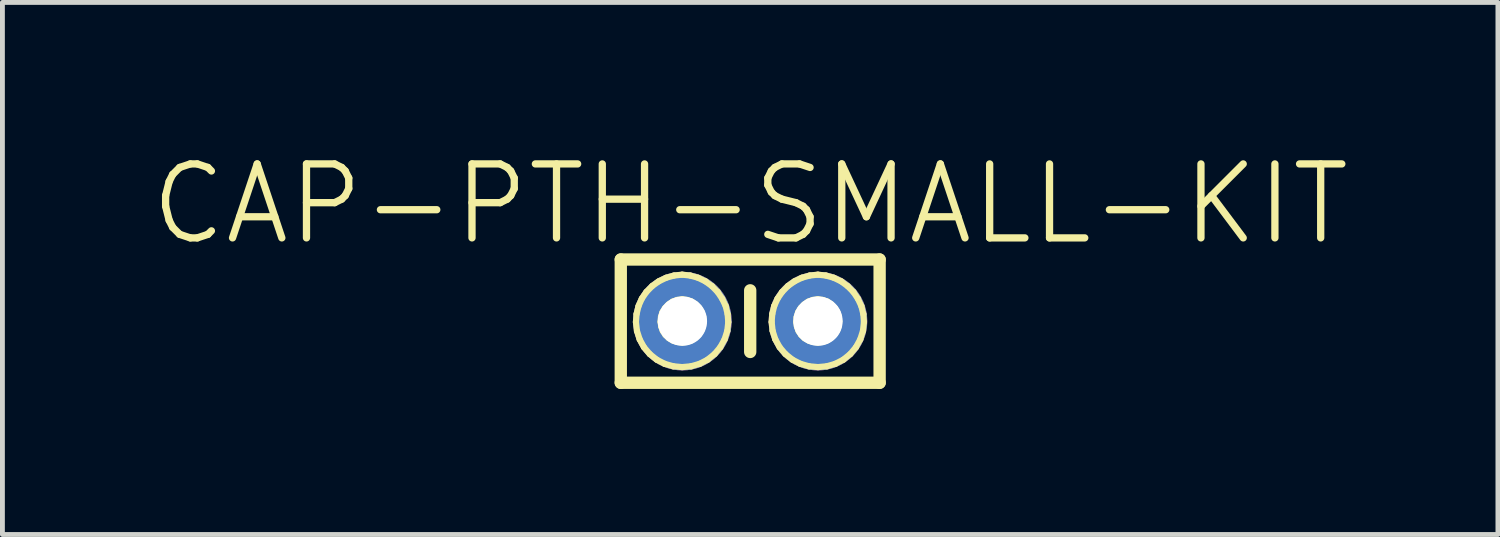
<source format=kicad_pcb>
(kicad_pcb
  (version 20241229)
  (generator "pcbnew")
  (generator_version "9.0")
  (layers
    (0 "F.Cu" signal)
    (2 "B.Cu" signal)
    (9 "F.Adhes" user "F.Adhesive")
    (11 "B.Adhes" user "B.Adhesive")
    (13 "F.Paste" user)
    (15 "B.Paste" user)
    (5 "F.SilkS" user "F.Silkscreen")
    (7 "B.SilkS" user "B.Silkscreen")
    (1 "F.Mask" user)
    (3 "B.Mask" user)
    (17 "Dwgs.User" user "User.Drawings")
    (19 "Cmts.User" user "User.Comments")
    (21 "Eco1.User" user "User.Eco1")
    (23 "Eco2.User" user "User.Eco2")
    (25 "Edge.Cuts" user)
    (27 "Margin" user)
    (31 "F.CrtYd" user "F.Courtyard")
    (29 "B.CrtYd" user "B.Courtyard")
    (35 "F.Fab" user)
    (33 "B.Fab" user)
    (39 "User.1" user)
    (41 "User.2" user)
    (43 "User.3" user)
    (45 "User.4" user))
  (footprint "CAP-PTH-SMALL-KIT"
    (layer "F.Cu")
    (at 12.41 3.568)
    (property "Reference" "CAP-PTH-SMALL-KIT" (at 0 -2.413 0) (layer "F.SilkS") (effects (font (size 1.524 1.524) (thickness 0.15))))
    (attr exclude_from_pos_files exclude_from_bom)
    (fp_line (start -2.667 -1.27) (end 2.667 -1.27) (stroke (width 0.254) (type solid)) (layer "F.SilkS"))
    (fp_line (start -2.667 1.27) (end -2.667 -1.27) (stroke (width 0.254) (type solid)) (layer "F.SilkS"))
    (fp_line (start -2.355 0.018) (end -2.342 -0.147) (stroke (width 0.127) (type solid)) (layer "F.SilkS"))
    (fp_line (start -2.342 -0.147) (end -2.301 -0.312) (stroke (width 0.127) (type solid)) (layer "F.SilkS"))
    (fp_line (start -2.334 0.201) (end -2.355 0.018) (stroke (width 0.127) (type solid)) (layer "F.SilkS"))
    (fp_line (start -2.301 -0.312) (end -2.233 -0.465) (stroke (width 0.127) (type solid)) (layer "F.SilkS"))
    (fp_line (start -2.278 0.376) (end -2.334 0.201) (stroke (width 0.127) (type solid)) (layer "F.SilkS"))
    (fp_line (start -2.233 -0.465) (end -2.139 -0.602) (stroke (width 0.127) (type solid)) (layer "F.SilkS"))
    (fp_line (start -2.189 0.538) (end -2.278 0.376) (stroke (width 0.127) (type solid)) (layer "F.SilkS"))
    (fp_line (start -2.139 -0.602) (end -2.019 -0.724) (stroke (width 0.127) (type solid)) (layer "F.SilkS"))
    (fp_line (start -2.07 0.678) (end -2.189 0.538) (stroke (width 0.127) (type solid)) (layer "F.SilkS"))
    (fp_line (start -2.019 -0.724) (end -1.885 -0.82) (stroke (width 0.127) (type solid)) (layer "F.SilkS"))
    (fp_line (start -1.925 0.795) (end -2.07 0.678) (stroke (width 0.127) (type solid)) (layer "F.SilkS"))
    (fp_line (start -1.885 -0.82) (end -1.732 -0.894) (stroke (width 0.127) (type solid)) (layer "F.SilkS"))
    (fp_line (start -1.847 0.015) (end -1.839 -0.086) (stroke (width 0.127) (type solid)) (layer "F.SilkS"))
    (fp_line (start -1.839 -0.086) (end -1.808 -0.183) (stroke (width 0.127) (type solid)) (layer "F.SilkS"))
    (fp_line (start -1.834 0.109) (end -1.847 0.015) (stroke (width 0.127) (type solid)) (layer "F.SilkS"))
    (fp_line (start -1.808 -0.183) (end -1.755 -0.269) (stroke (width 0.127) (type solid)) (layer "F.SilkS"))
    (fp_line (start -1.801 0.201) (end -1.834 0.109) (stroke (width 0.127) (type solid)) (layer "F.SilkS"))
    (fp_line (start -1.763 0.879) (end -1.925 0.795) (stroke (width 0.127) (type solid)) (layer "F.SilkS"))
    (fp_line (start -1.755 -0.269) (end -1.684 -0.343) (stroke (width 0.127) (type solid)) (layer "F.SilkS"))
    (fp_line (start -1.748 0.282) (end -1.801 0.201) (stroke (width 0.127) (type solid)) (layer "F.SilkS"))
    (fp_line (start -1.732 -0.894) (end -1.57 -0.94) (stroke (width 0.127) (type solid)) (layer "F.SilkS"))
    (fp_line (start -1.684 -0.343) (end -1.6 -0.401) (stroke (width 0.127) (type solid)) (layer "F.SilkS"))
    (fp_line (start -1.676 0.351) (end -1.748 0.282) (stroke (width 0.127) (type solid)) (layer "F.SilkS"))
    (fp_line (start -1.6 -0.401) (end -1.504 -0.437) (stroke (width 0.127) (type solid)) (layer "F.SilkS"))
    (fp_line (start -1.593 0.399) (end -1.676 0.351) (stroke (width 0.127) (type solid)) (layer "F.SilkS"))
    (fp_line (start -1.585 0.93) (end -1.763 0.879) (stroke (width 0.127) (type solid)) (layer "F.SilkS"))
    (fp_line (start -1.57 -0.94) (end -1.402 -0.958) (stroke (width 0.127) (type solid)) (layer "F.SilkS"))
    (fp_line (start -1.504 -0.437) (end -1.402 -0.45) (stroke (width 0.127) (type solid)) (layer "F.SilkS"))
    (fp_line (start -1.501 0.429) (end -1.593 0.399) (stroke (width 0.127) (type solid)) (layer "F.SilkS"))
    (fp_line (start -1.402 -0.958) (end -1.237 -0.94) (stroke (width 0.127) (type solid)) (layer "F.SilkS"))
    (fp_line (start -1.402 -0.45) (end -1.303 -0.437) (stroke (width 0.127) (type solid)) (layer "F.SilkS"))
    (fp_line (start -1.402 0.439) (end -1.501 0.429) (stroke (width 0.127) (type solid)) (layer "F.SilkS"))
    (fp_line (start -1.402 0.947) (end -1.585 0.93) (stroke (width 0.127) (type solid)) (layer "F.SilkS"))
    (fp_line (start -1.306 0.429) (end -1.402 0.439) (stroke (width 0.127) (type solid)) (layer "F.SilkS"))
    (fp_line (start -1.303 -0.437) (end -1.209 -0.404) (stroke (width 0.127) (type solid)) (layer "F.SilkS"))
    (fp_line (start -1.237 -0.94) (end -1.074 -0.894) (stroke (width 0.127) (type solid)) (layer "F.SilkS"))
    (fp_line (start -1.217 0.93) (end -1.402 0.947) (stroke (width 0.127) (type solid)) (layer "F.SilkS"))
    (fp_line (start -1.212 0.396) (end -1.306 0.429) (stroke (width 0.127) (type solid)) (layer "F.SilkS"))
    (fp_line (start -1.209 -0.404) (end -1.125 -0.348) (stroke (width 0.127) (type solid)) (layer "F.SilkS"))
    (fp_line (start -1.13 0.345) (end -1.212 0.396) (stroke (width 0.127) (type solid)) (layer "F.SilkS"))
    (fp_line (start -1.125 -0.348) (end -1.054 -0.274) (stroke (width 0.127) (type solid)) (layer "F.SilkS"))
    (fp_line (start -1.074 -0.894) (end -0.922 -0.82) (stroke (width 0.127) (type solid)) (layer "F.SilkS"))
    (fp_line (start -1.059 0.277) (end -1.13 0.345) (stroke (width 0.127) (type solid)) (layer "F.SilkS"))
    (fp_line (start -1.054 -0.274) (end -1.003 -0.191) (stroke (width 0.127) (type solid)) (layer "F.SilkS"))
    (fp_line (start -1.041 0.879) (end -1.217 0.93) (stroke (width 0.127) (type solid)) (layer "F.SilkS"))
    (fp_line (start -1.006 0.193) (end -1.059 0.277) (stroke (width 0.127) (type solid)) (layer "F.SilkS"))
    (fp_line (start -1.003 -0.191) (end -0.97 -0.094) (stroke (width 0.127) (type solid)) (layer "F.SilkS"))
    (fp_line (start -0.973 0.102) (end -1.006 0.193) (stroke (width 0.127) (type solid)) (layer "F.SilkS"))
    (fp_line (start -0.97 -0.094) (end -0.963 0.005) (stroke (width 0.127) (type solid)) (layer "F.SilkS"))
    (fp_line (start -0.963 0.005) (end -0.973 0.102) (stroke (width 0.127) (type solid)) (layer "F.SilkS"))
    (fp_line (start -0.922 -0.82) (end -0.787 -0.721) (stroke (width 0.127) (type solid)) (layer "F.SilkS"))
    (fp_line (start -0.879 0.795) (end -1.041 0.879) (stroke (width 0.127) (type solid)) (layer "F.SilkS"))
    (fp_line (start -0.787 -0.721) (end -0.671 -0.602) (stroke (width 0.127) (type solid)) (layer "F.SilkS"))
    (fp_line (start -0.734 0.678) (end -0.879 0.795) (stroke (width 0.127) (type solid)) (layer "F.SilkS"))
    (fp_line (start -0.671 -0.602) (end -0.577 -0.462) (stroke (width 0.127) (type solid)) (layer "F.SilkS"))
    (fp_line (start -0.617 0.538) (end -0.734 0.678) (stroke (width 0.127) (type solid)) (layer "F.SilkS"))
    (fp_line (start -0.577 -0.462) (end -0.505 -0.31) (stroke (width 0.127) (type solid)) (layer "F.SilkS"))
    (fp_line (start -0.528 0.376) (end -0.617 0.538) (stroke (width 0.127) (type solid)) (layer "F.SilkS"))
    (fp_line (start -0.505 -0.31) (end -0.465 -0.145) (stroke (width 0.127) (type solid)) (layer "F.SilkS"))
    (fp_line (start -0.472 0.201) (end -0.528 0.376) (stroke (width 0.127) (type solid)) (layer "F.SilkS"))
    (fp_line (start -0.465 -0.145) (end -0.452 0.02) (stroke (width 0.127) (type solid)) (layer "F.SilkS"))
    (fp_line (start -0.452 0.02) (end -0.472 0.201) (stroke (width 0.127) (type solid)) (layer "F.SilkS"))
    (fp_line (start 0 -0.635) (end 0 0.635) (stroke (width 0.254) (type solid)) (layer "F.SilkS"))
    (fp_line (start 0.442 0.018) (end 0.455 -0.147) (stroke (width 0.127) (type solid)) (layer "F.SilkS"))
    (fp_line (start 0.455 -0.147) (end 0.495 -0.312) (stroke (width 0.127) (type solid)) (layer "F.SilkS"))
    (fp_line (start 0.462 0.201) (end 0.442 0.018) (stroke (width 0.127) (type solid)) (layer "F.SilkS"))
    (fp_line (start 0.495 -0.312) (end 0.564 -0.465) (stroke (width 0.127) (type solid)) (layer "F.SilkS"))
    (fp_line (start 0.518 0.376) (end 0.462 0.201) (stroke (width 0.127) (type solid)) (layer "F.SilkS"))
    (fp_line (start 0.564 -0.465) (end 0.658 -0.602) (stroke (width 0.127) (type solid)) (layer "F.SilkS"))
    (fp_line (start 0.607 0.538) (end 0.518 0.376) (stroke (width 0.127) (type solid)) (layer "F.SilkS"))
    (fp_line (start 0.658 -0.602) (end 0.777 -0.724) (stroke (width 0.127) (type solid)) (layer "F.SilkS"))
    (fp_line (start 0.726 0.678) (end 0.607 0.538) (stroke (width 0.127) (type solid)) (layer "F.SilkS"))
    (fp_line (start 0.777 -0.724) (end 0.912 -0.82) (stroke (width 0.127) (type solid)) (layer "F.SilkS"))
    (fp_line (start 0.871 0.795) (end 0.726 0.678) (stroke (width 0.127) (type solid)) (layer "F.SilkS"))
    (fp_line (start 0.912 -0.82) (end 1.064 -0.894) (stroke (width 0.127) (type solid)) (layer "F.SilkS"))
    (fp_line (start 0.95 0.015) (end 0.958 -0.086) (stroke (width 0.127) (type solid)) (layer "F.SilkS"))
    (fp_line (start 0.958 -0.086) (end 0.988 -0.183) (stroke (width 0.127) (type solid)) (layer "F.SilkS"))
    (fp_line (start 0.963 0.109) (end 0.95 0.015) (stroke (width 0.127) (type solid)) (layer "F.SilkS"))
    (fp_line (start 0.988 -0.183) (end 1.041 -0.269) (stroke (width 0.127) (type solid)) (layer "F.SilkS"))
    (fp_line (start 0.996 0.201) (end 0.963 0.109) (stroke (width 0.127) (type solid)) (layer "F.SilkS"))
    (fp_line (start 1.034 0.879) (end 0.871 0.795) (stroke (width 0.127) (type solid)) (layer "F.SilkS"))
    (fp_line (start 1.041 -0.269) (end 1.113 -0.343) (stroke (width 0.127) (type solid)) (layer "F.SilkS"))
    (fp_line (start 1.049 0.282) (end 0.996 0.201) (stroke (width 0.127) (type solid)) (layer "F.SilkS"))
    (fp_line (start 1.064 -0.894) (end 1.227 -0.94) (stroke (width 0.127) (type solid)) (layer "F.SilkS"))
    (fp_line (start 1.113 -0.343) (end 1.196 -0.401) (stroke (width 0.127) (type solid)) (layer "F.SilkS"))
    (fp_line (start 1.12 0.351) (end 1.049 0.282) (stroke (width 0.127) (type solid)) (layer "F.SilkS"))
    (fp_line (start 1.196 -0.401) (end 1.293 -0.437) (stroke (width 0.127) (type solid)) (layer "F.SilkS"))
    (fp_line (start 1.204 0.399) (end 1.12 0.351) (stroke (width 0.127) (type solid)) (layer "F.SilkS"))
    (fp_line (start 1.212 0.93) (end 1.034 0.879) (stroke (width 0.127) (type solid)) (layer "F.SilkS"))
    (fp_line (start 1.227 -0.94) (end 1.394 -0.958) (stroke (width 0.127) (type solid)) (layer "F.SilkS"))
    (fp_line (start 1.293 -0.437) (end 1.394 -0.45) (stroke (width 0.127) (type solid)) (layer "F.SilkS"))
    (fp_line (start 1.295 0.429) (end 1.204 0.399) (stroke (width 0.127) (type solid)) (layer "F.SilkS"))
    (fp_line (start 1.394 -0.958) (end 1.56 -0.94) (stroke (width 0.127) (type solid)) (layer "F.SilkS"))
    (fp_line (start 1.394 -0.45) (end 1.494 -0.437) (stroke (width 0.127) (type solid)) (layer "F.SilkS"))
    (fp_line (start 1.394 0.439) (end 1.295 0.429) (stroke (width 0.127) (type solid)) (layer "F.SilkS"))
    (fp_line (start 1.397 0.947) (end 1.212 0.93) (stroke (width 0.127) (type solid)) (layer "F.SilkS"))
    (fp_line (start 1.491 0.429) (end 1.394 0.439) (stroke (width 0.127) (type solid)) (layer "F.SilkS"))
    (fp_line (start 1.494 -0.437) (end 1.587 -0.404) (stroke (width 0.127) (type solid)) (layer "F.SilkS"))
    (fp_line (start 1.56 -0.94) (end 1.722 -0.894) (stroke (width 0.127) (type solid)) (layer "F.SilkS"))
    (fp_line (start 1.58 0.93) (end 1.397 0.947) (stroke (width 0.127) (type solid)) (layer "F.SilkS"))
    (fp_line (start 1.585 0.396) (end 1.491 0.429) (stroke (width 0.127) (type solid)) (layer "F.SilkS"))
    (fp_line (start 1.587 -0.404) (end 1.671 -0.348) (stroke (width 0.127) (type solid)) (layer "F.SilkS"))
    (fp_line (start 1.666 0.345) (end 1.585 0.396) (stroke (width 0.127) (type solid)) (layer "F.SilkS"))
    (fp_line (start 1.671 -0.348) (end 1.742 -0.274) (stroke (width 0.127) (type solid)) (layer "F.SilkS"))
    (fp_line (start 1.722 -0.894) (end 1.875 -0.82) (stroke (width 0.127) (type solid)) (layer "F.SilkS"))
    (fp_line (start 1.737 0.277) (end 1.666 0.345) (stroke (width 0.127) (type solid)) (layer "F.SilkS"))
    (fp_line (start 1.742 -0.274) (end 1.793 -0.191) (stroke (width 0.127) (type solid)) (layer "F.SilkS"))
    (fp_line (start 1.755 0.879) (end 1.58 0.93) (stroke (width 0.127) (type solid)) (layer "F.SilkS"))
    (fp_line (start 1.791 0.193) (end 1.737 0.277) (stroke (width 0.127) (type solid)) (layer "F.SilkS"))
    (fp_line (start 1.793 -0.191) (end 1.826 -0.094) (stroke (width 0.127) (type solid)) (layer "F.SilkS"))
    (fp_line (start 1.824 0.102) (end 1.791 0.193) (stroke (width 0.127) (type solid)) (layer "F.SilkS"))
    (fp_line (start 1.826 -0.094) (end 1.834 0.005) (stroke (width 0.127) (type solid)) (layer "F.SilkS"))
    (fp_line (start 1.834 0.005) (end 1.824 0.102) (stroke (width 0.127) (type solid)) (layer "F.SilkS"))
    (fp_line (start 1.875 -0.82) (end 2.009 -0.721) (stroke (width 0.127) (type solid)) (layer "F.SilkS"))
    (fp_line (start 1.918 0.795) (end 1.755 0.879) (stroke (width 0.127) (type solid)) (layer "F.SilkS"))
    (fp_line (start 2.009 -0.721) (end 2.126 -0.602) (stroke (width 0.127) (type solid)) (layer "F.SilkS"))
    (fp_line (start 2.062 0.678) (end 1.918 0.795) (stroke (width 0.127) (type solid)) (layer "F.SilkS"))
    (fp_line (start 2.126 -0.602) (end 2.22 -0.462) (stroke (width 0.127) (type solid)) (layer "F.SilkS"))
    (fp_line (start 2.179 0.538) (end 2.062 0.678) (stroke (width 0.127) (type solid)) (layer "F.SilkS"))
    (fp_line (start 2.22 -0.462) (end 2.291 -0.31) (stroke (width 0.127) (type solid)) (layer "F.SilkS"))
    (fp_line (start 2.268 0.376) (end 2.179 0.538) (stroke (width 0.127) (type solid)) (layer "F.SilkS"))
    (fp_line (start 2.291 -0.31) (end 2.332 -0.145) (stroke (width 0.127) (type solid)) (layer "F.SilkS"))
    (fp_line (start 2.324 0.201) (end 2.268 0.376) (stroke (width 0.127) (type solid)) (layer "F.SilkS"))
    (fp_line (start 2.332 -0.145) (end 2.344 0.02) (stroke (width 0.127) (type solid)) (layer "F.SilkS"))
    (fp_line (start 2.344 0.02) (end 2.324 0.201) (stroke (width 0.127) (type solid)) (layer "F.SilkS"))
    (fp_line (start 2.667 -1.27) (end 2.667 1.27) (stroke (width 0.254) (type solid)) (layer "F.SilkS"))
    (fp_line (start 2.667 1.27) (end -2.667 1.27) (stroke (width 0.254) (type solid)) (layer "F.SilkS"))
    (pad "1" thru_hole circle (at -1.397 0) (size 2.032 2.032) (drill 1.016) (layers "*.Cu" "*.Mask"))
    (pad "2" thru_hole circle (at 1.397 0) (size 2.032 2.032) (drill 1.016) (layers "*.Cu" "*.Mask")))
  (gr_rect
    (start -3 -3)
    (end 27.819 7.965)
    (stroke (width 0.1) (type default))
    (fill no)
    (layer "Edge.Cuts")))
</source>
